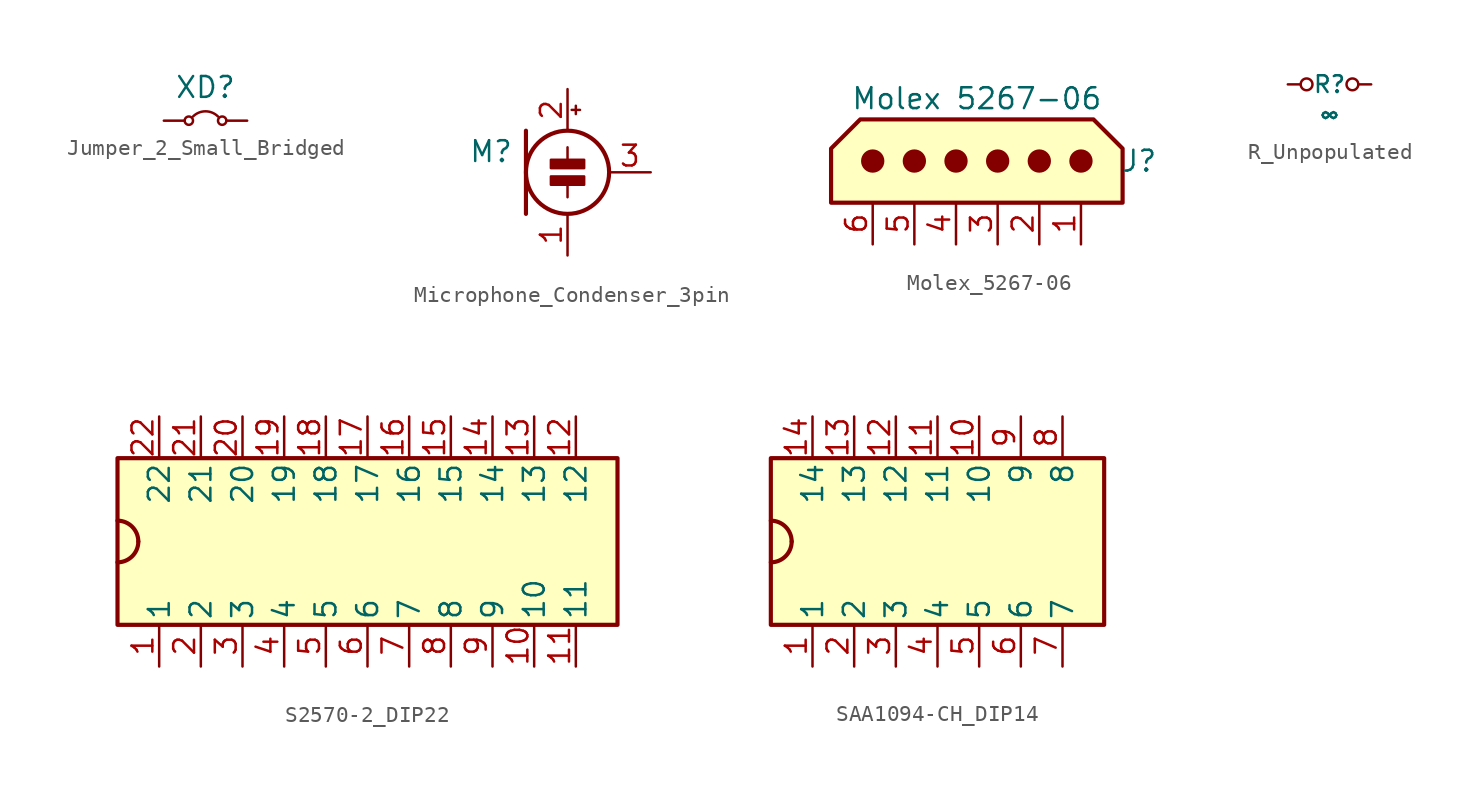
<source format=kicad_sym>
(kicad_symbol_lib
  (version 20241209)
  (generator "kicad_symbol_editor")
  (generator_version "9.0")
  (symbol "Jumper_2_Small_Bridged"
    (pin_numbers
      (hide yes))
    (pin_names
      (offset 0)
      (hide yes))
    (property "Reference" "XD"
      (at 0 2.032 0)
      (effects (font (size 1.27 1.27))))
    (symbol "Jumper_2_Small_Bridged_0_0"
      (circle (center -1.016 0) (radius 0.254) (stroke (width 0) (type default)) (fill (type none)))
      (circle (center 1.016 0) (radius 0.254) (stroke (width 0) (type default)) (fill (type none))))
    (symbol "Jumper_2_Small_Bridged_0_1"
      (arc (start -0.762 0.254) (mid 0 0.5696) (end 0.762 0.254) (stroke (width 0) (type default)) (fill (type none))))
    (symbol "Jumper_2_Small_Bridged_1_1"
      (pin passive line (at -2.54 0 0) (length 1.27) (name "A" (effects (font (size 1.27 1.27)))) (number "1" (effects (font (size 1.27 1.27)))))
      (pin passive line (at 2.54 0 180) (length 1.27) (name "B" (effects (font (size 1.27 1.27)))) (number "2" (effects (font (size 1.27 1.27)))))))
  (symbol "Microphone_Condenser_3pin"
    (pin_names
      (offset 0.025)
      (hide yes))
    (property "Reference" "M"
      (at -3.302 1.27 0)
      (effects (font (size 1.27 1.27)) (justify right)))
    (symbol "Microphone_Condenser_3pin_0_1"
      (polyline (pts (xy -2.54 2.54) (xy -2.54 -2.54)) (stroke (width 0.254) (type default)) (fill (type none)))
      (polyline (pts (xy 0 0.762) (xy 0 1.524)) (stroke (width 0) (type default)) (fill (type none)))
      (circle (center 0 0) (radius 2.54) (stroke (width 0.254) (type default)) (fill (type none)))
      (polyline (pts (xy 0 -0.762) (xy 0 -1.524)) (stroke (width 0) (type default)) (fill (type none)))
      (polyline (pts (xy 0.254 3.81) (xy 0.762 3.81)) (stroke (width 0) (type default)) (fill (type none)))
      (polyline (pts (xy 0.508 4.064) (xy 0.508 3.556)) (stroke (width 0) (type default)) (fill (type none)))
      (rectangle (start 1.016 0.762) (end -1.016 0.254) (stroke (width 0) (type default)) (fill (type outline)))
      (rectangle (start 1.016 -0.254) (end -1.016 -0.762) (stroke (width 0) (type default)) (fill (type outline))))
    (symbol "Microphone_Condenser_3pin_1_1"
      (pin passive line (at 0 5.08 270) (length 2.54) (name "+" (effects (font (size 1.27 1.27)))) (number "2" (effects (font (size 1.27 1.27)))))
      (pin passive line (at 0 -5.08 90) (length 2.54) (name "-" (effects (font (size 1.27 1.27)))) (number "1" (effects (font (size 1.27 1.27)))))
      (pin passive line (at 5.08 0 180) (length 2.54) (name "" (effects (font (size 1.27 1.27)))) (number "3" (effects (font (size 1.27 1.27)))))))
  (symbol "Molex_5267-06"
    (property "Reference" "J"
      (at 9.906 0 0)
      (effects (font (size 1.27 1.27))))
    (property "Value" "Molex 5267-06"
      (at 0 3.81 0)
      (effects (font (size 1.27 1.27))))
    (symbol "Molex_5267-06_0_1"
      (polyline (pts (xy 7.112 2.54) (xy -7.112 2.54) (xy -8.89 0.762) (xy -8.89 -2.54) (xy 8.89 -2.54) (xy 8.89 0.762) (xy 7.112 2.54)) (stroke (width 0.254) (type default)) (fill (type background))))
    (symbol "Molex_5267-06_1_1"
      (circle (center -6.35 0) (radius 0.635) (stroke (width 0) (type default)) (fill (type outline)))
      (circle (center -3.81 0) (radius 0.635) (stroke (width 0) (type default)) (fill (type outline)))
      (circle (center -1.27 0) (radius 0.635) (stroke (width 0) (type default)) (fill (type outline)))
      (circle (center 1.27 0) (radius 0.635) (stroke (width 0) (type default)) (fill (type outline)))
      (circle (center 3.81 0) (radius 0.635) (stroke (width 0) (type default)) (fill (type outline)))
      (circle (center 6.35 0) (radius 0.635) (stroke (width 0) (type default)) (fill (type outline)))
      (pin passive line (at -6.35 -5.08 90) (length 2.54) (name "~" (effects (font (size 1.27 1.27)))) (number "6" (effects (font (size 1.27 1.27)))))
      (pin passive line (at -3.81 -5.08 90) (length 2.54) (name "~" (effects (font (size 1.27 1.27)))) (number "5" (effects (font (size 1.27 1.27)))))
      (pin passive line (at -1.27 -5.08 90) (length 2.54) (name "~" (effects (font (size 1.27 1.27)))) (number "4" (effects (font (size 1.27 1.27)))))
      (pin passive line (at 1.27 -5.08 90) (length 2.54) (name "~" (effects (font (size 1.27 1.27)))) (number "3" (effects (font (size 1.27 1.27)))))
      (pin passive line (at 3.81 -5.08 90) (length 2.54) (name "~" (effects (font (size 1.27 1.27)))) (number "2" (effects (font (size 1.27 1.27)))))
      (pin passive line (at 6.35 -5.08 90) (length 2.54) (name "~" (effects (font (size 1.27 1.27)))) (number "1" (effects (font (size 1.27 1.27)))))))
  (symbol "R_Unpopulated"
    (pin_numbers
      (hide yes))
    (pin_names
      (offset 0.254)
      (hide yes))
    (property "Reference" "R"
      (at 0 0 0)
      (effects (font (size 1.016 1.016))))
    (property "Value" "∞"
      (at 0 -1.778 0)
      (effects (font (size 1.27 1.27))))
    (symbol "R_Unpopulated_0_1"
      (circle (center -1.397 0) (radius 0.359) (stroke (width 0) (type default)) (fill (type none)))
      (circle (center 1.397 0) (radius 0.359) (stroke (width 0) (type default)) (fill (type none))))
    (symbol "R_Unpopulated_1_1"
      (pin passive line (at -2.54 0 0) (length 0.762) (name "~" (effects (font (size 1.27 1.27)))) (number "2" (effects (font (size 1.27 1.27)))))
      (pin passive line (at 2.54 0 180) (length 0.762) (name "~" (effects (font (size 1.27 1.27)))) (number "1" (effects (font (size 1.27 1.27)))))))
  (symbol "S2570-2_DIP22"
    (pin_names
      (offset 0.254))
    (property "Reference" ""
      (at -2.54 6.35 0)
      (effects (font (size 1.27 1.27)) (justify left) (hide yes)))
    (symbol "S2570-2_DIP22_0_1"
      (arc (start -13.97 0) (mid -14.342 -0.898) (end -15.24 -1.27) (stroke (width 0.254) (type default)) (fill (type none)))
      (arc (start -15.24 1.27) (mid -14.342 0.898) (end -13.97 0) (stroke (width 0.254) (type default)) (fill (type none)))
      (rectangle (start -15.24 5.08) (end 15.24 -5.08) (stroke (width 0.254) (type default)) (fill (type background))))
    (symbol "S2570-2_DIP22_1_1"
      (pin unspecified line (at -12.7 7.62 270) (length 2.54) (name "22" (effects (font (size 1.27 1.27)))) (number "22" (effects (font (size 1.27 1.27)))))
      (pin unspecified line (at -12.7 -7.62 90) (length 2.54) (name "1" (effects (font (size 1.27 1.27)))) (number "1" (effects (font (size 1.27 1.27)))))
      (pin unspecified line (at -10.16 7.62 270) (length 2.54) (name "21" (effects (font (size 1.27 1.27)))) (number "21" (effects (font (size 1.27 1.27)))))
      (pin unspecified line (at -10.16 -7.62 90) (length 2.54) (name "2" (effects (font (size 1.27 1.27)))) (number "2" (effects (font (size 1.27 1.27)))))
      (pin unspecified line (at -7.62 7.62 270) (length 2.54) (name "20" (effects (font (size 1.27 1.27)))) (number "20" (effects (font (size 1.27 1.27)))))
      (pin unspecified line (at -7.62 -7.62 90) (length 2.54) (name "3" (effects (font (size 1.27 1.27)))) (number "3" (effects (font (size 1.27 1.27)))))
      (pin unspecified line (at -5.08 7.62 270) (length 2.54) (name "19" (effects (font (size 1.27 1.27)))) (number "19" (effects (font (size 1.27 1.27)))))
      (pin unspecified line (at -5.08 -7.62 90) (length 2.54) (name "4" (effects (font (size 1.27 1.27)))) (number "4" (effects (font (size 1.27 1.27)))))
      (pin unspecified line (at -2.54 7.62 270) (length 2.54) (name "18" (effects (font (size 1.27 1.27)))) (number "18" (effects (font (size 1.27 1.27)))))
      (pin unspecified line (at -2.54 -7.62 90) (length 2.54) (name "5" (effects (font (size 1.27 1.27)))) (number "5" (effects (font (size 1.27 1.27)))))
      (pin unspecified line (at 0 7.62 270) (length 2.54) (name "17" (effects (font (size 1.27 1.27)))) (number "17" (effects (font (size 1.27 1.27)))))
      (pin unspecified line (at 0 -7.62 90) (length 2.54) (name "6" (effects (font (size 1.27 1.27)))) (number "6" (effects (font (size 1.27 1.27)))))
      (pin unspecified line (at 2.54 7.62 270) (length 2.54) (name "16" (effects (font (size 1.27 1.27)))) (number "16" (effects (font (size 1.27 1.27)))))
      (pin unspecified line (at 2.54 -7.62 90) (length 2.54) (name "7" (effects (font (size 1.27 1.27)))) (number "7" (effects (font (size 1.27 1.27)))))
      (pin unspecified line (at 5.08 7.62 270) (length 2.54) (name "15" (effects (font (size 1.27 1.27)))) (number "15" (effects (font (size 1.27 1.27)))))
      (pin unspecified line (at 5.08 -7.62 90) (length 2.54) (name "8" (effects (font (size 1.27 1.27)))) (number "8" (effects (font (size 1.27 1.27)))))
      (pin unspecified line (at 7.62 7.62 270) (length 2.54) (name "14" (effects (font (size 1.27 1.27)))) (number "14" (effects (font (size 1.27 1.27)))))
      (pin unspecified line (at 7.62 -7.62 90) (length 2.54) (name "9" (effects (font (size 1.27 1.27)))) (number "9" (effects (font (size 1.27 1.27)))))
      (pin unspecified line (at 10.16 7.62 270) (length 2.54) (name "13" (effects (font (size 1.27 1.27)))) (number "13" (effects (font (size 1.27 1.27)))))
      (pin unspecified line (at 10.16 -7.62 90) (length 2.54) (name "10" (effects (font (size 1.27 1.27)))) (number "10" (effects (font (size 1.27 1.27)))))
      (pin unspecified line (at 12.7 7.62 270) (length 2.54) (name "12" (effects (font (size 1.27 1.27)))) (number "12" (effects (font (size 1.27 1.27)))))
      (pin unspecified line (at 12.7 -7.62 90) (length 2.54) (name "11" (effects (font (size 1.27 1.27)))) (number "11" (effects (font (size 1.27 1.27)))))))
  (symbol "SAA1094-CH_DIP14"
    (pin_names
      (offset 0.254))
    (property "Reference" ""
      (at -2.54 6.35 0)
      (effects (font (size 1.27 1.27)) (justify left) (hide yes)))
    (symbol "SAA1094-CH_DIP14_0_1"
      (arc (start -8.89 0) (mid -9.262 -0.898) (end -10.16 -1.27) (stroke (width 0.254) (type default)) (fill (type none)))
      (arc (start -10.16 1.27) (mid -9.262 0.898) (end -8.89 0) (stroke (width 0.254) (type default)) (fill (type none)))
      (rectangle (start -10.16 5.08) (end 10.16 -5.08) (stroke (width 0.254) (type default)) (fill (type background))))
    (symbol "SAA1094-CH_DIP14_1_1"
      (pin unspecified line (at -7.62 7.62 270) (length 2.54) (name "14" (effects (font (size 1.27 1.27)))) (number "14" (effects (font (size 1.27 1.27)))))
      (pin unspecified line (at -7.62 -7.62 90) (length 2.54) (name "1" (effects (font (size 1.27 1.27)))) (number "1" (effects (font (size 1.27 1.27)))))
      (pin unspecified line (at -5.08 7.62 270) (length 2.54) (name "13" (effects (font (size 1.27 1.27)))) (number "13" (effects (font (size 1.27 1.27)))))
      (pin unspecified line (at -5.08 -7.62 90) (length 2.54) (name "2" (effects (font (size 1.27 1.27)))) (number "2" (effects (font (size 1.27 1.27)))))
      (pin unspecified line (at -2.54 7.62 270) (length 2.54) (name "12" (effects (font (size 1.27 1.27)))) (number "12" (effects (font (size 1.27 1.27)))))
      (pin unspecified line (at -2.54 -7.62 90) (length 2.54) (name "3" (effects (font (size 1.27 1.27)))) (number "3" (effects (font (size 1.27 1.27)))))
      (pin unspecified line (at 0 7.62 270) (length 2.54) (name "11" (effects (font (size 1.27 1.27)))) (number "11" (effects (font (size 1.27 1.27)))))
      (pin unspecified line (at 0 -7.62 90) (length 2.54) (name "4" (effects (font (size 1.27 1.27)))) (number "4" (effects (font (size 1.27 1.27)))))
      (pin unspecified line (at 2.54 7.62 270) (length 2.54) (name "10" (effects (font (size 1.27 1.27)))) (number "10" (effects (font (size 1.27 1.27)))))
      (pin unspecified line (at 2.54 -7.62 90) (length 2.54) (name "5" (effects (font (size 1.27 1.27)))) (number "5" (effects (font (size 1.27 1.27)))))
      (pin unspecified line (at 5.08 7.62 270) (length 2.54) (name "9" (effects (font (size 1.27 1.27)))) (number "9" (effects (font (size 1.27 1.27)))))
      (pin unspecified line (at 5.08 -7.62 90) (length 2.54) (name "6" (effects (font (size 1.27 1.27)))) (number "6" (effects (font (size 1.27 1.27)))))
      (pin unspecified line (at 7.62 7.62 270) (length 2.54) (name "8" (effects (font (size 1.27 1.27)))) (number "8" (effects (font (size 1.27 1.27)))))
      (pin unspecified line (at 7.62 -7.62 90) (length 2.54) (name "7" (effects (font (size 1.27 1.27)))) (number "7" (effects (font (size 1.27 1.27))))))))
</source>
